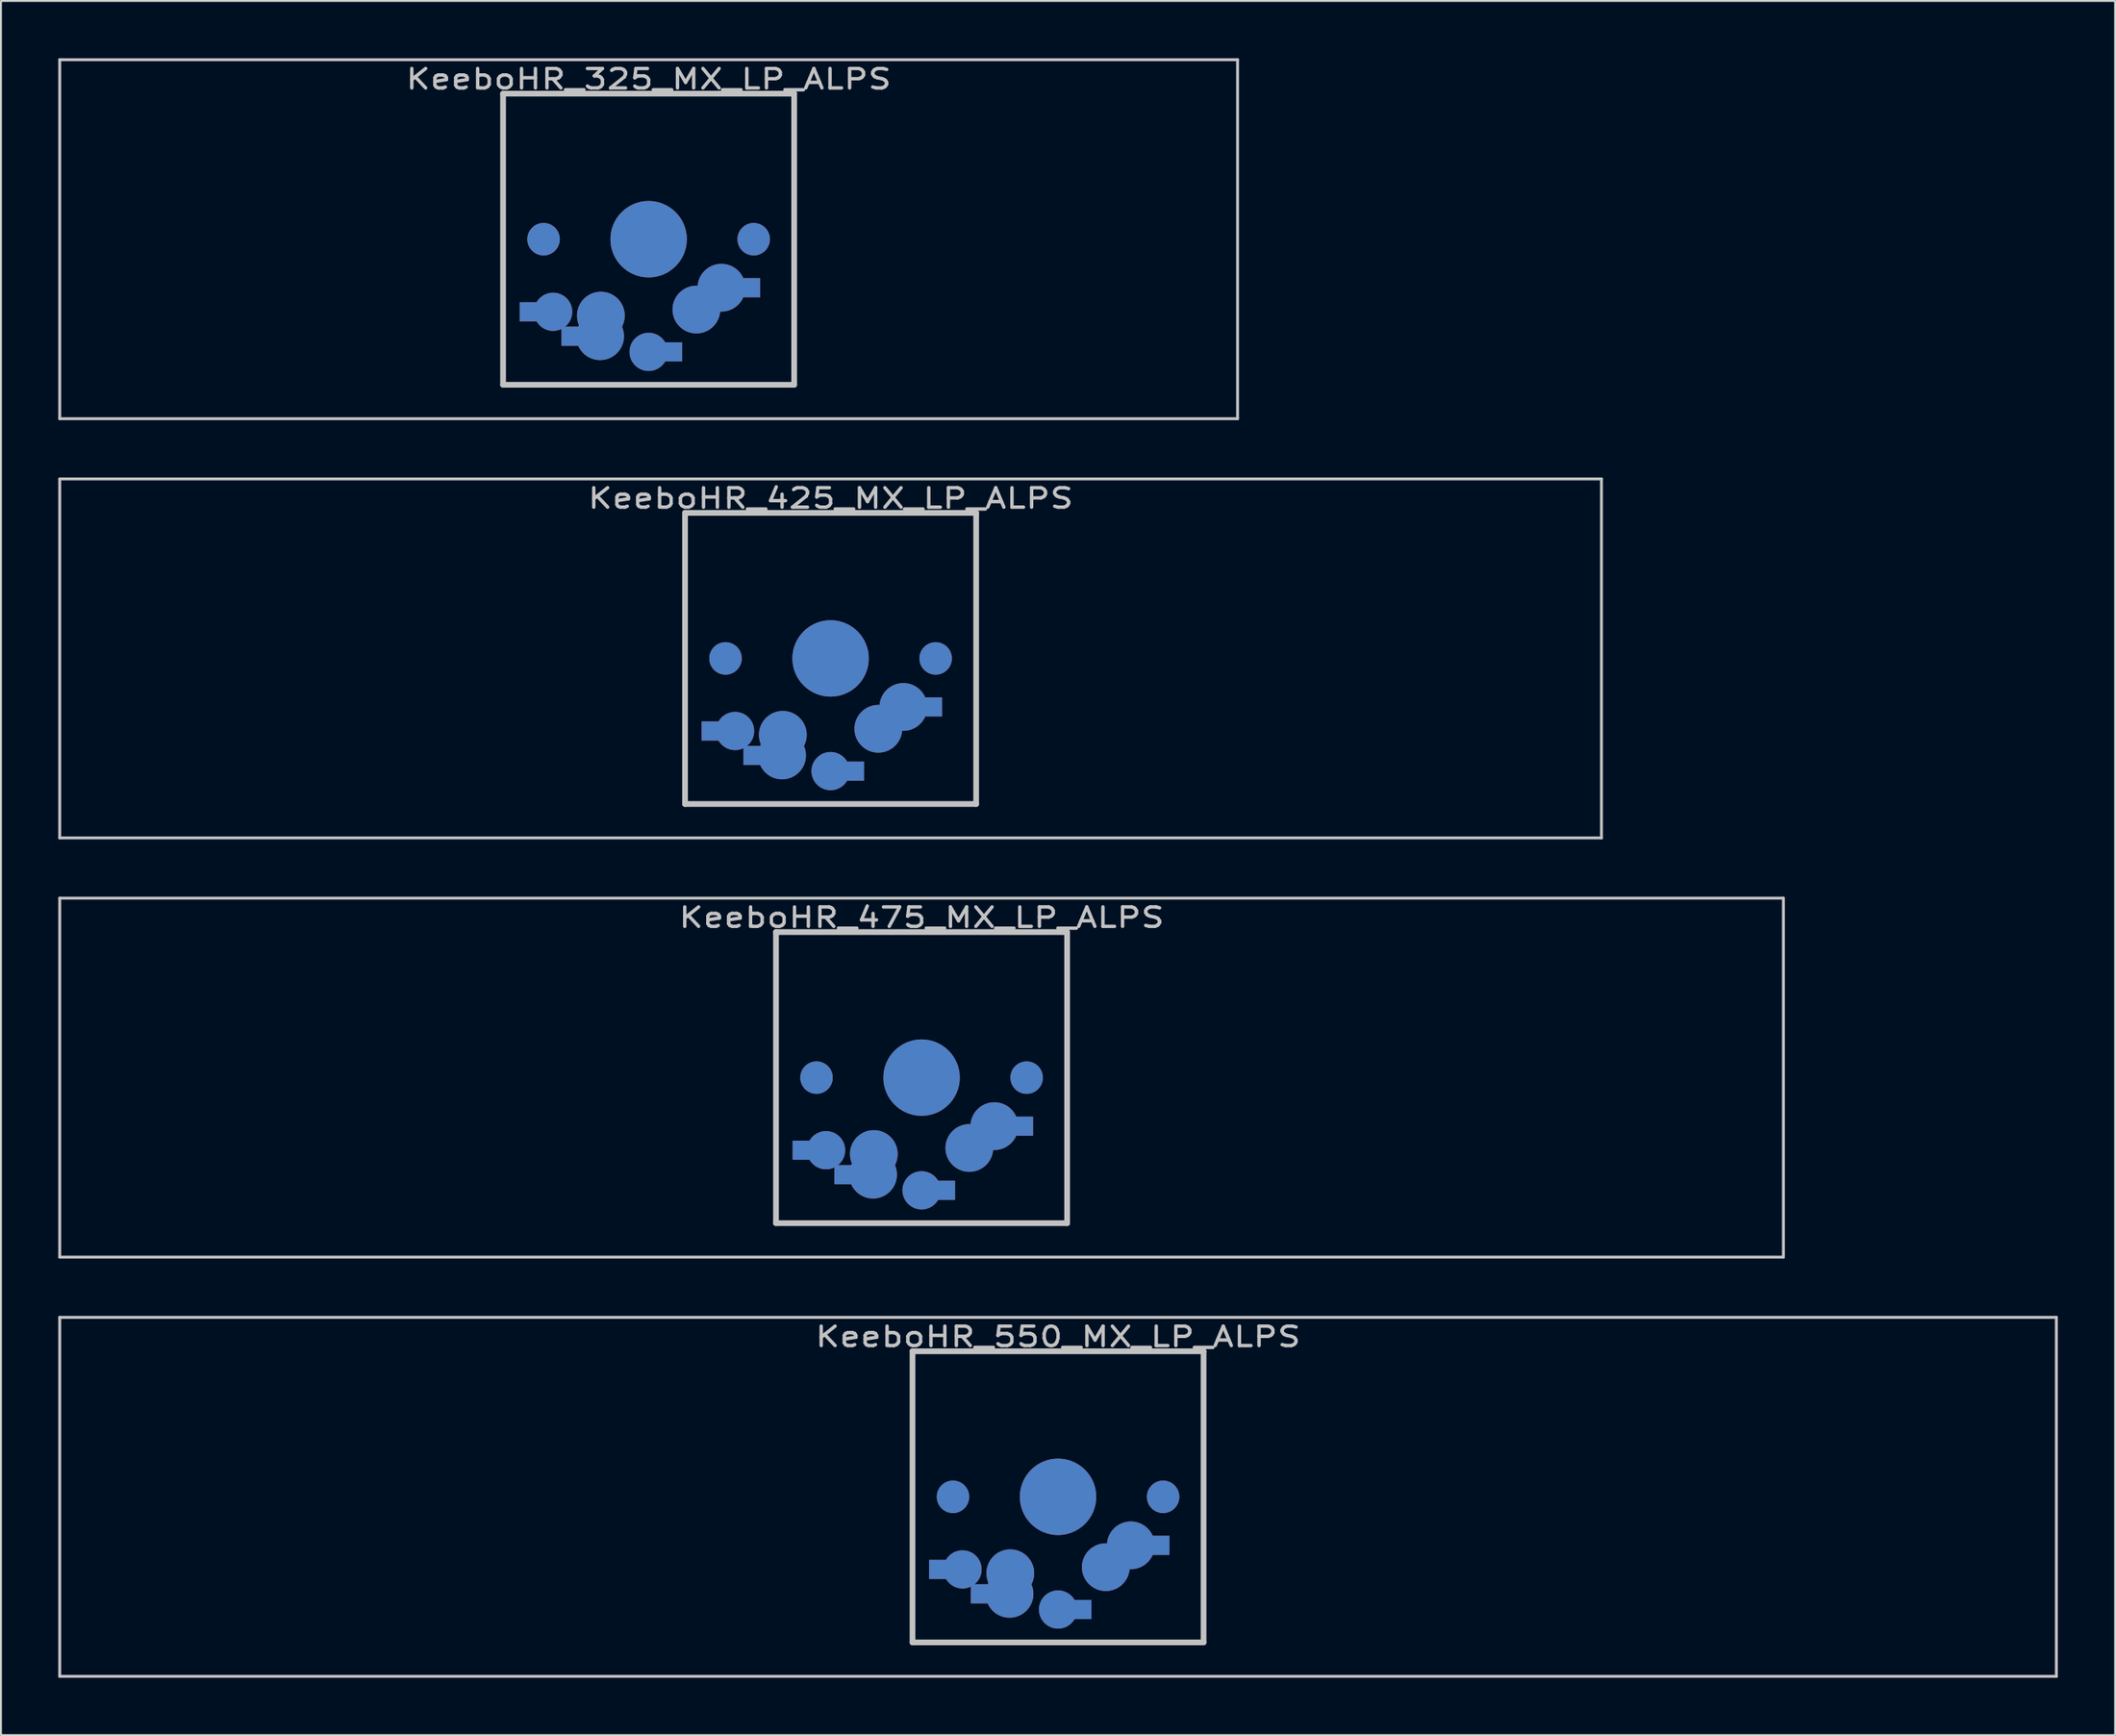
<source format=kicad_pcb>
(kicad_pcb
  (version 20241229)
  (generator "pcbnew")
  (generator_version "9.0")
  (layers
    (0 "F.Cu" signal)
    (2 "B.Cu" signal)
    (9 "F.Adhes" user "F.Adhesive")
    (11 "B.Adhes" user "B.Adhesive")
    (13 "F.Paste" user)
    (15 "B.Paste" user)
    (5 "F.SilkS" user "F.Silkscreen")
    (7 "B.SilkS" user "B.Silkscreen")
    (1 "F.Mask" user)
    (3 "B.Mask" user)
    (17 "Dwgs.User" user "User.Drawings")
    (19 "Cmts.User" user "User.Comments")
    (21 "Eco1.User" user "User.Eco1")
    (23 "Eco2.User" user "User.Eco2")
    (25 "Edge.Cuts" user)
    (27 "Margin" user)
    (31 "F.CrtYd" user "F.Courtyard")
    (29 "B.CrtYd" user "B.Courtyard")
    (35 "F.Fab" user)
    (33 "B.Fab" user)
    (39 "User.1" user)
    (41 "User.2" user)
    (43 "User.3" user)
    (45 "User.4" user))
  (footprint "KeeboHR_475_MX_LP_ALPS"
    (layer "F.Cu")
    (at 45.193 53.371)
    (property "Reference" "KeeboHR_475_MX_LP_ALPS" (at 0 -8.382 0) (layer "Dwgs.User") (effects (font (size 1.016 1.27) (thickness 0.178))))
    (attr through_hole)
    (fp_line (start -45.117 -9.398) (end 45.117 -9.398) (stroke (width 0.152) (type solid)) (layer "Dwgs.User"))
    (fp_line (start -45.117 9.398) (end -45.117 -9.398) (stroke (width 0.152) (type solid)) (layer "Dwgs.User"))
    (fp_line (start -7.62 -7.62) (end 7.62 -7.62) (stroke (width 0.3) (type solid)) (layer "Dwgs.User"))
    (fp_line (start -7.62 7.62) (end -7.62 -7.62) (stroke (width 0.3) (type solid)) (layer "Dwgs.User"))
    (fp_line (start 7.62 -7.62) (end 7.62 7.62) (stroke (width 0.3) (type solid)) (layer "Dwgs.User"))
    (fp_line (start 7.62 7.62) (end -7.62 7.62) (stroke (width 0.3) (type solid)) (layer "Dwgs.User"))
    (fp_line (start 45.117 -9.398) (end 45.117 9.398) (stroke (width 0.152) (type solid)) (layer "Dwgs.User"))
    (fp_line (start 45.117 9.398) (end -45.117 9.398) (stroke (width 0.152) (type solid)) (layer "Dwgs.User"))
    (pad "" smd circle (at -5.5 0) (size 1.7 1.7) (layers "*.Cu" "*.Mask"))
    (pad "" smd circle (at 0 0) (size 4 4) (layers "*.Cu" "*.Mask"))
    (pad "" smd circle (at 5.5 0) (size 1.7 1.7) (layers "*.Cu" "*.Mask"))
    (pad "1" smd circle (at 0 5.9) (size 2 2) (layers "*.Cu" "*.Mask"))
    (pad "1" smd rect (at 1.25 5.9) (size 1 1) (layers "*.Cu" "*.Mask"))
    (pad "1" smd circle (at 2.5 3.683) (size 2.5 2.5) (layers "*.Cu" "*.Mask"))
    (pad "1" smd circle (at 3.81 2.54) (size 2.5 2.5) (layers "*.Cu" "*.Mask"))
    (pad "1" smd rect (at 5.334 2.54) (size 1 1) (layers "*.Cu" "*.Mask"))
    (pad "2" smd rect (at -6.25 3.8) (size 1 1) (layers "*.Cu" "*.Mask"))
    (pad "2" smd circle (at -5 3.8) (size 2 2) (layers "*.Cu" "*.Mask"))
    (pad "2" smd rect (at -4.064 5.08) (size 1 1) (layers "*.Cu" "*.Mask"))
    (pad "2" smd circle (at -2.54 5.08) (size 2.5 2.5) (layers "*.Cu" "*.Mask"))
    (pad "2" smd circle (at -2.5 4) (size 2.5 2.5) (layers "*.Cu" "*.Mask")))
  (footprint "KeeboHR_325_MX_LP_ALPS"
    (layer "F.Cu")
    (at 30.905 9.474)
    (property "Reference" "KeeboHR_325_MX_LP_ALPS" (at 0 -8.382 0) (layer "Dwgs.User") (effects (font (size 1.016 1.27) (thickness 0.178))))
    (attr through_hole)
    (fp_line (start -30.829 -9.398) (end 30.829 -9.398) (stroke (width 0.152) (type solid)) (layer "Dwgs.User"))
    (fp_line (start -30.829 9.398) (end -30.829 -9.398) (stroke (width 0.152) (type solid)) (layer "Dwgs.User"))
    (fp_line (start -7.62 -7.62) (end 7.62 -7.62) (stroke (width 0.3) (type solid)) (layer "Dwgs.User"))
    (fp_line (start -7.62 7.62) (end -7.62 -7.62) (stroke (width 0.3) (type solid)) (layer "Dwgs.User"))
    (fp_line (start 7.62 -7.62) (end 7.62 7.62) (stroke (width 0.3) (type solid)) (layer "Dwgs.User"))
    (fp_line (start 7.62 7.62) (end -7.62 7.62) (stroke (width 0.3) (type solid)) (layer "Dwgs.User"))
    (fp_line (start 30.829 -9.398) (end 30.829 9.398) (stroke (width 0.152) (type solid)) (layer "Dwgs.User"))
    (fp_line (start 30.829 9.398) (end -30.829 9.398) (stroke (width 0.152) (type solid)) (layer "Dwgs.User"))
    (pad "" smd circle (at -5.5 0) (size 1.7 1.7) (layers "*.Cu" "*.Mask"))
    (pad "" smd circle (at 0 0) (size 4 4) (layers "*.Cu" "*.Mask"))
    (pad "" smd circle (at 5.5 0) (size 1.7 1.7) (layers "*.Cu" "*.Mask"))
    (pad "1" smd circle (at 0 5.9) (size 2 2) (layers "*.Cu" "*.Mask"))
    (pad "1" smd rect (at 1.25 5.9) (size 1 1) (layers "*.Cu" "*.Mask"))
    (pad "1" smd circle (at 2.5 3.683) (size 2.5 2.5) (layers "*.Cu" "*.Mask"))
    (pad "1" smd circle (at 3.81 2.54) (size 2.5 2.5) (layers "*.Cu" "*.Mask"))
    (pad "1" smd rect (at 5.334 2.54) (size 1 1) (layers "*.Cu" "*.Mask"))
    (pad "2" smd rect (at -6.25 3.8) (size 1 1) (layers "*.Cu" "*.Mask"))
    (pad "2" smd circle (at -5 3.8) (size 2 2) (layers "*.Cu" "*.Mask"))
    (pad "2" smd rect (at -4.064 5.08) (size 1 1) (layers "*.Cu" "*.Mask"))
    (pad "2" smd circle (at -2.54 5.08) (size 2.5 2.5) (layers "*.Cu" "*.Mask"))
    (pad "2" smd circle (at -2.5 4) (size 2.5 2.5) (layers "*.Cu" "*.Mask")))
  (footprint "KeeboHR_550_MX_LP_ALPS"
    (layer "F.Cu")
    (at 52.337 75.319)
    (property "Reference" "KeeboHR_550_MX_LP_ALPS" (at 0 -8.382 0) (layer "Dwgs.User") (effects (font (size 1.016 1.27) (thickness 0.178))))
    (attr through_hole)
    (fp_line (start -52.261 -9.398) (end 52.261 -9.398) (stroke (width 0.152) (type solid)) (layer "Dwgs.User"))
    (fp_line (start -52.261 9.398) (end -52.261 -9.398) (stroke (width 0.152) (type solid)) (layer "Dwgs.User"))
    (fp_line (start -7.62 -7.62) (end 7.62 -7.62) (stroke (width 0.3) (type solid)) (layer "Dwgs.User"))
    (fp_line (start -7.62 7.62) (end -7.62 -7.62) (stroke (width 0.3) (type solid)) (layer "Dwgs.User"))
    (fp_line (start 7.62 -7.62) (end 7.62 7.62) (stroke (width 0.3) (type solid)) (layer "Dwgs.User"))
    (fp_line (start 7.62 7.62) (end -7.62 7.62) (stroke (width 0.3) (type solid)) (layer "Dwgs.User"))
    (fp_line (start 52.261 -9.398) (end 52.261 9.398) (stroke (width 0.152) (type solid)) (layer "Dwgs.User"))
    (fp_line (start 52.261 9.398) (end -52.261 9.398) (stroke (width 0.152) (type solid)) (layer "Dwgs.User"))
    (pad "" smd circle (at -5.5 0) (size 1.7 1.7) (layers "*.Cu" "*.Mask"))
    (pad "" smd circle (at 0 0) (size 4 4) (layers "*.Cu" "*.Mask"))
    (pad "" smd circle (at 5.5 0) (size 1.7 1.7) (layers "*.Cu" "*.Mask"))
    (pad "1" smd circle (at 0 5.9) (size 2 2) (layers "*.Cu" "*.Mask"))
    (pad "1" smd rect (at 1.25 5.9) (size 1 1) (layers "*.Cu" "*.Mask"))
    (pad "1" smd circle (at 2.5 3.683) (size 2.5 2.5) (layers "*.Cu" "*.Mask"))
    (pad "1" smd circle (at 3.81 2.54) (size 2.5 2.5) (layers "*.Cu" "*.Mask"))
    (pad "1" smd rect (at 5.334 2.54) (size 1 1) (layers "*.Cu" "*.Mask"))
    (pad "2" smd rect (at -6.25 3.8) (size 1 1) (layers "*.Cu" "*.Mask"))
    (pad "2" smd circle (at -5 3.8) (size 2 2) (layers "*.Cu" "*.Mask"))
    (pad "2" smd rect (at -4.064 5.08) (size 1 1) (layers "*.Cu" "*.Mask"))
    (pad "2" smd circle (at -2.54 5.08) (size 2.5 2.5) (layers "*.Cu" "*.Mask"))
    (pad "2" smd circle (at -2.5 4) (size 2.5 2.5) (layers "*.Cu" "*.Mask")))
  (footprint "KeeboHR_425_MX_LP_ALPS"
    (layer "F.Cu")
    (at 40.43 31.423)
    (property "Reference" "KeeboHR_425_MX_LP_ALPS" (at 0 -8.382 0) (layer "Dwgs.User") (effects (font (size 1.016 1.27) (thickness 0.178))))
    (attr through_hole)
    (fp_line (start -40.354 -9.398) (end 40.354 -9.398) (stroke (width 0.152) (type solid)) (layer "Dwgs.User"))
    (fp_line (start -40.354 9.398) (end -40.354 -9.398) (stroke (width 0.152) (type solid)) (layer "Dwgs.User"))
    (fp_line (start -7.62 -7.62) (end 7.62 -7.62) (stroke (width 0.3) (type solid)) (layer "Dwgs.User"))
    (fp_line (start -7.62 7.62) (end -7.62 -7.62) (stroke (width 0.3) (type solid)) (layer "Dwgs.User"))
    (fp_line (start 7.62 -7.62) (end 7.62 7.62) (stroke (width 0.3) (type solid)) (layer "Dwgs.User"))
    (fp_line (start 7.62 7.62) (end -7.62 7.62) (stroke (width 0.3) (type solid)) (layer "Dwgs.User"))
    (fp_line (start 40.354 -9.398) (end 40.354 9.398) (stroke (width 0.152) (type solid)) (layer "Dwgs.User"))
    (fp_line (start 40.354 9.398) (end -40.354 9.398) (stroke (width 0.152) (type solid)) (layer "Dwgs.User"))
    (pad "" smd circle (at -5.5 0) (size 1.7 1.7) (layers "*.Cu" "*.Mask"))
    (pad "" smd circle (at 0 0) (size 4 4) (layers "*.Cu" "*.Mask"))
    (pad "" smd circle (at 5.5 0) (size 1.7 1.7) (layers "*.Cu" "*.Mask"))
    (pad "1" smd circle (at 0 5.9) (size 2 2) (layers "*.Cu" "*.Mask"))
    (pad "1" smd rect (at 1.25 5.9) (size 1 1) (layers "*.Cu" "*.Mask"))
    (pad "1" smd circle (at 2.5 3.683) (size 2.5 2.5) (layers "*.Cu" "*.Mask"))
    (pad "1" smd circle (at 3.81 2.54) (size 2.5 2.5) (layers "*.Cu" "*.Mask"))
    (pad "1" smd rect (at 5.334 2.54) (size 1 1) (layers "*.Cu" "*.Mask"))
    (pad "2" smd rect (at -6.25 3.8) (size 1 1) (layers "*.Cu" "*.Mask"))
    (pad "2" smd circle (at -5 3.8) (size 2 2) (layers "*.Cu" "*.Mask"))
    (pad "2" smd rect (at -4.064 5.08) (size 1 1) (layers "*.Cu" "*.Mask"))
    (pad "2" smd circle (at -2.54 5.08) (size 2.5 2.5) (layers "*.Cu" "*.Mask"))
    (pad "2" smd circle (at -2.5 4) (size 2.5 2.5) (layers "*.Cu" "*.Mask")))
  (gr_rect
    (start -3 -3)
    (end 107.673 87.794)
    (stroke (width 0.1) (type default))
    (fill no)
    (layer "Edge.Cuts")))
</source>
